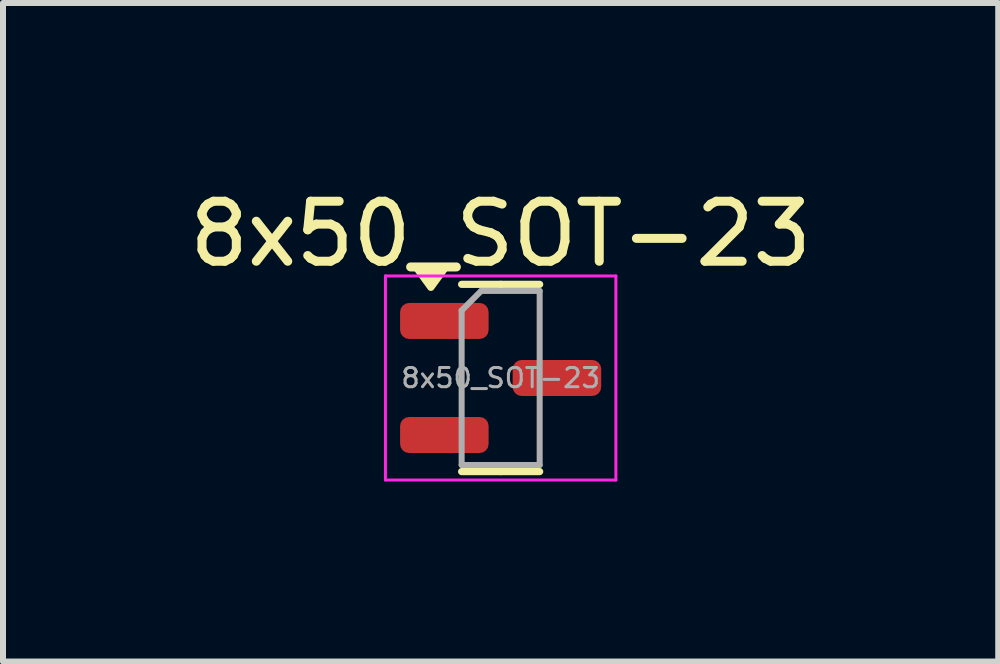
<source format=kicad_pcb>
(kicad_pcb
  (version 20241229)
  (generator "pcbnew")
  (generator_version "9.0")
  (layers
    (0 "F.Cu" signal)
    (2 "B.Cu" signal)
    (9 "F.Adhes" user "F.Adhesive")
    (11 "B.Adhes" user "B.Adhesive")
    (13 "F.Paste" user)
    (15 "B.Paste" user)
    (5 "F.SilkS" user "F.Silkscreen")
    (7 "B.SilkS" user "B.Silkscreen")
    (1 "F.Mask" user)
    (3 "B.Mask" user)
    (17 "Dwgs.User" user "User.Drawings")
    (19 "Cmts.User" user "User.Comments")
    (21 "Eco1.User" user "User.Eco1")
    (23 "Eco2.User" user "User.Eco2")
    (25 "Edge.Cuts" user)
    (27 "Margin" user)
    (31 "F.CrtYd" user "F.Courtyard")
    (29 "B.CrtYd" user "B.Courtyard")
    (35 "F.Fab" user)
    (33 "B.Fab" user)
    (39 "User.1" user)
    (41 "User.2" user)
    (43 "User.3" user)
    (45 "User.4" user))
  (footprint "8x50_SOT-23"
    (layer "F.Cu")
    (at 5.292 3.248)
    (property "Reference" "8x50_SOT-23" (at 0 -2.4 0) (layer "F.SilkS") (effects (font (size 1 1) (thickness 0.15))))
    (attr smd)
    (fp_line (start 0 -1.56) (end -0.65 -1.56) (stroke (width 0.12) (type solid)) (layer "F.SilkS"))
    (fp_line (start 0 -1.56) (end 0.65 -1.56) (stroke (width 0.12) (type solid)) (layer "F.SilkS"))
    (fp_line (start 0 1.56) (end -0.65 1.56) (stroke (width 0.12) (type solid)) (layer "F.SilkS"))
    (fp_line (start 0 1.56) (end 0.65 1.56) (stroke (width 0.12) (type solid)) (layer "F.SilkS"))
    (fp_poly (pts (xy -1.163 -1.51) (xy -1.403 -1.84) (xy -0.922 -1.84) (xy -1.163 -1.51)) (stroke (width 0.12) (type solid)) (fill yes) (layer "F.SilkS"))
    (fp_line (start -1.92 -1.7) (end -1.92 1.7) (stroke (width 0.05) (type solid)) (layer "F.CrtYd"))
    (fp_line (start -1.92 1.7) (end 1.92 1.7) (stroke (width 0.05) (type solid)) (layer "F.CrtYd"))
    (fp_line (start 1.92 -1.7) (end -1.92 -1.7) (stroke (width 0.05) (type solid)) (layer "F.CrtYd"))
    (fp_line (start 1.92 1.7) (end 1.92 -1.7) (stroke (width 0.05) (type solid)) (layer "F.CrtYd"))
    (fp_line (start -0.65 -1.125) (end -0.325 -1.45) (stroke (width 0.1) (type solid)) (layer "F.Fab"))
    (fp_line (start -0.65 1.45) (end -0.65 -1.125) (stroke (width 0.1) (type solid)) (layer "F.Fab"))
    (fp_line (start -0.325 -1.45) (end 0.65 -1.45) (stroke (width 0.1) (type solid)) (layer "F.Fab"))
    (fp_line (start 0.65 -1.45) (end 0.65 1.45) (stroke (width 0.1) (type solid)) (layer "F.Fab"))
    (fp_line (start 0.65 1.45) (end -0.65 1.45) (stroke (width 0.1) (type solid)) (layer "F.Fab"))
    (fp_text user "${REFERENCE}" (at 0 0 0) (layer "F.Fab") (effects (font (size 0.32 0.32) (thickness 0.05))))
    (pad "1" smd roundrect (at -0.938 0.95) (size 1.475 0.6) (layers "F.Cu" "F.Mask" "F.Paste") (roundrect_rratio 0.25))
    (pad "2" smd roundrect (at -0.938 -0.95) (size 1.475 0.6) (layers "F.Cu" "F.Mask" "F.Paste") (roundrect_rratio 0.25))
    (pad "3" smd roundrect (at 0.938 0) (size 1.475 0.6) (layers "F.Cu" "F.Mask" "F.Paste") (roundrect_rratio 0.25)))
  (gr_rect
    (start -3 -3)
    (end 13.583 7.973)
    (stroke (width 0.1) (type default))
    (fill no)
    (layer "Edge.Cuts")))
</source>
